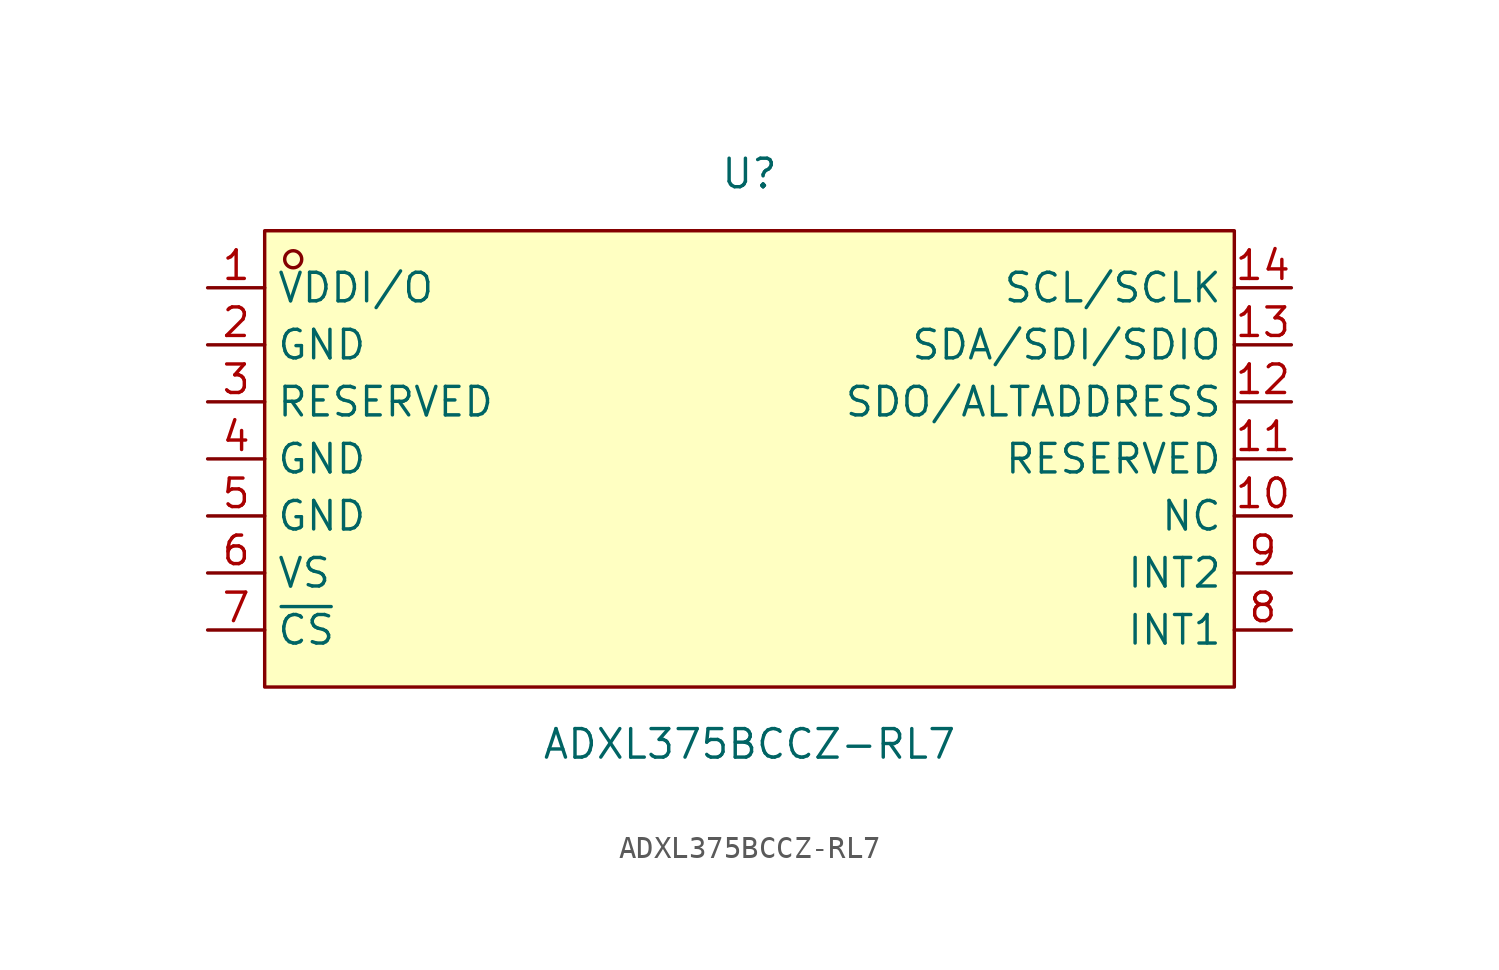
<source format=kicad_sym>
(kicad_symbol_lib
  (version 20211014)
  (generator https://github.com/uPesy/easyeda2kicad.py)
  (symbol "ADXL375BCCZ-RL7"
    (property "Reference" "U"
      (at 0 12.70 0)
      (effects (font (size 1.27 1.27))))
    (property "Value" "ADXL375BCCZ-RL7"
      (at 0 -12.70 0)
      (effects (font (size 1.27 1.27))))
    (symbol "ADXL375BCCZ-RL7_0_1"
      (rectangle (start -21.59 10.16) (end 21.59 -10.16) (stroke (width 0) (type default) (color 0 0 0 0)) (fill (type background)))
      (circle (center -20.32 8.89) (radius 0.38) (stroke (width 0) (type default) (color 0 0 0 0)) (fill (type none)))
      (pin unspecified line (at -24.13 7.62 0) (length 2.54) (name "VDDI/O" (effects (font (size 1.27 1.27)))) (number "1" (effects (font (size 1.27 1.27)))))
      (pin unspecified line (at -24.13 5.08 0) (length 2.54) (name "GND" (effects (font (size 1.27 1.27)))) (number "2" (effects (font (size 1.27 1.27)))))
      (pin unspecified line (at -24.13 2.54 0) (length 2.54) (name "RESERVED" (effects (font (size 1.27 1.27)))) (number "3" (effects (font (size 1.27 1.27)))))
      (pin unspecified line (at -24.13 -0.00 0) (length 2.54) (name "GND" (effects (font (size 1.27 1.27)))) (number "4" (effects (font (size 1.27 1.27)))))
      (pin unspecified line (at -24.13 -2.54 0) (length 2.54) (name "GND" (effects (font (size 1.27 1.27)))) (number "5" (effects (font (size 1.27 1.27)))))
      (pin unspecified line (at -24.13 -5.08 0) (length 2.54) (name "VS" (effects (font (size 1.27 1.27)))) (number "6" (effects (font (size 1.27 1.27)))))
      (pin unspecified line (at -24.13 -7.62 0) (length 2.54) (name "~{CS}" (effects (font (size 1.27 1.27)))) (number "7" (effects (font (size 1.27 1.27)))))
      (pin unspecified line (at 24.13 -7.62 180) (length 2.54) (name "INT1" (effects (font (size 1.27 1.27)))) (number "8" (effects (font (size 1.27 1.27)))))
      (pin unspecified line (at 24.13 -5.08 180) (length 2.54) (name "INT2" (effects (font (size 1.27 1.27)))) (number "9" (effects (font (size 1.27 1.27)))))
      (pin unspecified line (at 24.13 -2.54 180) (length 2.54) (name "NC" (effects (font (size 1.27 1.27)))) (number "10" (effects (font (size 1.27 1.27)))))
      (pin unspecified line (at 24.13 -0.00 180) (length 2.54) (name "RESERVED" (effects (font (size 1.27 1.27)))) (number "11" (effects (font (size 1.27 1.27)))))
      (pin unspecified line (at 24.13 2.54 180) (length 2.54) (name "SDO/ALTADDRESS" (effects (font (size 1.27 1.27)))) (number "12" (effects (font (size 1.27 1.27)))))
      (pin unspecified line (at 24.13 5.08 180) (length 2.54) (name "SDA/SDI/SDIO" (effects (font (size 1.27 1.27)))) (number "13" (effects (font (size 1.27 1.27)))))
      (pin unspecified line (at 24.13 7.62 180) (length 2.54) (name "SCL/SCLK" (effects (font (size 1.27 1.27)))) (number "14" (effects (font (size 1.27 1.27))))))))
</source>
